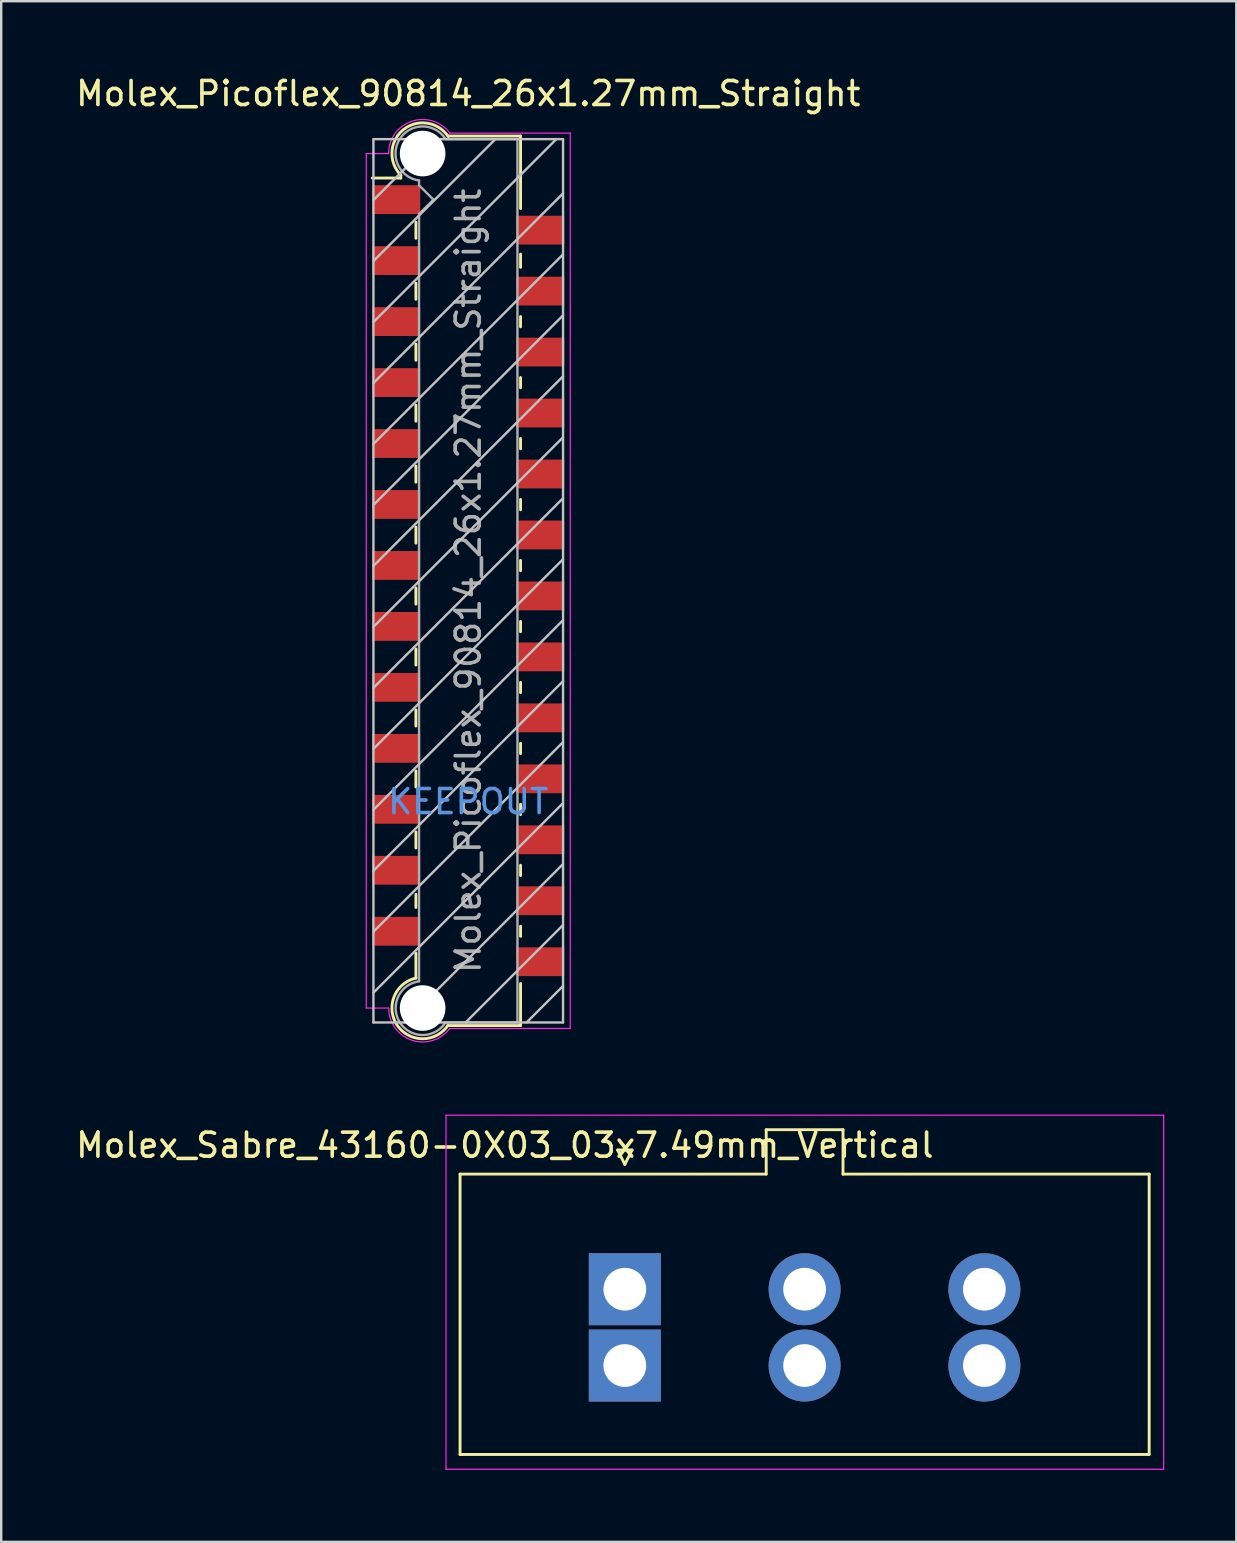
<source format=kicad_pcb>
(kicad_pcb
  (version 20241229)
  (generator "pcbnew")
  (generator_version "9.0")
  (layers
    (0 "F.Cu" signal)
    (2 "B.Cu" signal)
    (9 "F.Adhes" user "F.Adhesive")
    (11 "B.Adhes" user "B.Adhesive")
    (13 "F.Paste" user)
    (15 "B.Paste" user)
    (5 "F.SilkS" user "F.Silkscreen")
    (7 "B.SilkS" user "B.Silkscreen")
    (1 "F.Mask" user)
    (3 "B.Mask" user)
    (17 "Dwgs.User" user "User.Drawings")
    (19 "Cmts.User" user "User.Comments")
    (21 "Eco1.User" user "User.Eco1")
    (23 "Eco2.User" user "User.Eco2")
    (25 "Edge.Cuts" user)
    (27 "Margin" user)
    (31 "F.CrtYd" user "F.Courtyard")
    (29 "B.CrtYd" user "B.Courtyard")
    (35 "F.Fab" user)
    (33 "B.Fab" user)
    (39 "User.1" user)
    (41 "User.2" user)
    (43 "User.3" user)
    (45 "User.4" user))
  (footprint "Molex_Picoflex_90814_26x1.27mm_Straight"
    (layer "F.Cu")
    (at 16.458 21.148)
    (property "Reference" "Molex_Picoflex_90814_26x1.27mm_Straight" (at 0 -20.3 0) (layer "F.SilkS") (effects (font (size 1 1) (thickness 0.15))))
    (attr smd)
    (fp_line (start -2.81 -16.9) (end -2.81 -16.78) (stroke (width 0.12) (type solid)) (layer "F.SilkS"))
    (fp_line (start -2.81 -16.78) (end -4 -16.78) (stroke (width 0.12) (type solid)) (layer "F.SilkS"))
    (fp_line (start -2.18 -14.27) (end -2.18 -14.94) (stroke (width 0.12) (type solid)) (layer "F.SilkS"))
    (fp_line (start -2.18 -11.73) (end -2.18 -12.4) (stroke (width 0.12) (type solid)) (layer "F.SilkS"))
    (fp_line (start -2.18 -9.19) (end -2.18 -9.86) (stroke (width 0.12) (type solid)) (layer "F.SilkS"))
    (fp_line (start -2.18 -6.65) (end -2.18 -7.32) (stroke (width 0.12) (type solid)) (layer "F.SilkS"))
    (fp_line (start -2.18 -4.11) (end -2.18 -4.78) (stroke (width 0.12) (type solid)) (layer "F.SilkS"))
    (fp_line (start -2.18 -1.57) (end -2.18 -2.24) (stroke (width 0.12) (type solid)) (layer "F.SilkS"))
    (fp_line (start -2.18 0.97) (end -2.18 0.3) (stroke (width 0.12) (type solid)) (layer "F.SilkS"))
    (fp_line (start -2.18 3.51) (end -2.18 2.84) (stroke (width 0.12) (type solid)) (layer "F.SilkS"))
    (fp_line (start -2.18 6.05) (end -2.18 5.38) (stroke (width 0.12) (type solid)) (layer "F.SilkS"))
    (fp_line (start -2.18 8.59) (end -2.18 7.92) (stroke (width 0.12) (type solid)) (layer "F.SilkS"))
    (fp_line (start -2.18 11.13) (end -2.18 10.46) (stroke (width 0.12) (type solid)) (layer "F.SilkS"))
    (fp_line (start -2.18 13.61) (end -2.18 13.06) (stroke (width 0.12) (type solid)) (layer "F.SilkS"))
    (fp_line (start -2.18 16.55) (end -2.18 15.51) (stroke (width 0.12) (type solid)) (layer "F.SilkS"))
    (fp_line (start 2.18 -18.53) (end -0.82 -18.53) (stroke (width 0.12) (type solid)) (layer "F.SilkS"))
    (fp_line (start 2.18 -18.53) (end 2.18 -15.51) (stroke (width 0.12) (type solid)) (layer "F.SilkS"))
    (fp_line (start 2.18 -13.61) (end 2.18 -13.06) (stroke (width 0.12) (type solid)) (layer "F.SilkS"))
    (fp_line (start 2.18 -11.01) (end 2.18 -10.58) (stroke (width 0.12) (type solid)) (layer "F.SilkS"))
    (fp_line (start 2.18 -8.47) (end 2.18 -8.04) (stroke (width 0.12) (type solid)) (layer "F.SilkS"))
    (fp_line (start 2.18 -5.93) (end 2.18 -5.5) (stroke (width 0.12) (type solid)) (layer "F.SilkS"))
    (fp_line (start 2.18 -3.39) (end 2.18 -2.96) (stroke (width 0.12) (type solid)) (layer "F.SilkS"))
    (fp_line (start 2.18 -0.85) (end 2.18 -0.42) (stroke (width 0.12) (type solid)) (layer "F.SilkS"))
    (fp_line (start 2.18 1.69) (end 2.18 2.12) (stroke (width 0.12) (type solid)) (layer "F.SilkS"))
    (fp_line (start 2.18 4.23) (end 2.18 4.66) (stroke (width 0.12) (type solid)) (layer "F.SilkS"))
    (fp_line (start 2.18 6.77) (end 2.18 7.2) (stroke (width 0.12) (type solid)) (layer "F.SilkS"))
    (fp_line (start 2.18 9.31) (end 2.18 9.74) (stroke (width 0.12) (type solid)) (layer "F.SilkS"))
    (fp_line (start 2.18 11.85) (end 2.18 12.28) (stroke (width 0.12) (type solid)) (layer "F.SilkS"))
    (fp_line (start 2.18 14.39) (end 2.18 14.81) (stroke (width 0.12) (type solid)) (layer "F.SilkS"))
    (fp_line (start 2.18 16.78) (end 2.18 18.53) (stroke (width 0.12) (type solid)) (layer "F.SilkS"))
    (fp_line (start 2.18 18.53) (end -0.85 18.53) (stroke (width 0.12) (type solid)) (layer "F.SilkS"))
    (fp_arc (start -2.81 -16.9) (mid -2.708637 -18.792072) (end -0.834991 -18.509828) (stroke (width 0.12) (type solid)) (layer "F.SilkS"))
    (fp_arc (start -0.85 18.53) (mid -2.962791 18.511248) (end -2.174424 16.550964) (stroke (width 0.12) (type solid)) (layer "F.SilkS"))
    (fp_line (start -3.95 -18.4) (end -3.95 18.4) (stroke (width 0.1) (type solid)) (layer "Dwgs.User"))
    (fp_line (start -3.95 -15.86) (end -1.41 -18.4) (stroke (width 0.1) (type solid)) (layer "Dwgs.User"))
    (fp_line (start -3.95 -13.32) (end 1.13 -18.4) (stroke (width 0.1) (type solid)) (layer "Dwgs.User"))
    (fp_line (start -3.95 -10.78) (end 3.67 -18.4) (stroke (width 0.1) (type solid)) (layer "Dwgs.User"))
    (fp_line (start -3.95 -8.24) (end 3.95 -16.14) (stroke (width 0.1) (type solid)) (layer "Dwgs.User"))
    (fp_line (start -3.95 -5.7) (end 3.95 -13.6) (stroke (width 0.1) (type solid)) (layer "Dwgs.User"))
    (fp_line (start -3.95 -3.16) (end 3.95 -11.06) (stroke (width 0.1) (type solid)) (layer "Dwgs.User"))
    (fp_line (start -3.95 -0.62) (end 3.95 -8.52) (stroke (width 0.1) (type solid)) (layer "Dwgs.User"))
    (fp_line (start -3.95 1.92) (end 3.95 -5.98) (stroke (width 0.1) (type solid)) (layer "Dwgs.User"))
    (fp_line (start -3.95 4.46) (end 3.95 -3.44) (stroke (width 0.1) (type solid)) (layer "Dwgs.User"))
    (fp_line (start -3.95 7) (end 3.95 -0.9) (stroke (width 0.1) (type solid)) (layer "Dwgs.User"))
    (fp_line (start -3.95 9.54) (end 3.95 1.64) (stroke (width 0.1) (type solid)) (layer "Dwgs.User"))
    (fp_line (start -3.95 12.08) (end 3.95 4.18) (stroke (width 0.1) (type solid)) (layer "Dwgs.User"))
    (fp_line (start -3.95 14.62) (end 3.95 6.72) (stroke (width 0.1) (type solid)) (layer "Dwgs.User"))
    (fp_line (start -3.95 17.16) (end 3.95 9.26) (stroke (width 0.1) (type solid)) (layer "Dwgs.User"))
    (fp_line (start -3.95 18.4) (end 3.95 18.4) (stroke (width 0.1) (type solid)) (layer "Dwgs.User"))
    (fp_line (start -2.65 18.4) (end 3.95 11.8) (stroke (width 0.1) (type solid)) (layer "Dwgs.User"))
    (fp_line (start -0.11 18.4) (end 3.95 14.34) (stroke (width 0.1) (type solid)) (layer "Dwgs.User"))
    (fp_line (start 2.43 18.4) (end 3.95 16.88) (stroke (width 0.1) (type solid)) (layer "Dwgs.User"))
    (fp_line (start 3.95 -18.4) (end -3.95 -18.4) (stroke (width 0.1) (type solid)) (layer "Dwgs.User"))
    (fp_line (start 3.95 18.4) (end 3.95 -18.4) (stroke (width 0.1) (type solid)) (layer "Dwgs.User"))
    (fp_line (start -4.25 17.8) (end -4.25 -17.8) (stroke (width 0.05) (type solid)) (layer "F.CrtYd"))
    (fp_line (start -3.32 -17.8) (end -4.25 -17.8) (stroke (width 0.05) (type solid)) (layer "F.CrtYd"))
    (fp_line (start -3.32 17.8) (end -4.25 17.8) (stroke (width 0.05) (type solid)) (layer "F.CrtYd"))
    (fp_line (start 4.25 -18.65) (end -0.76 -18.65) (stroke (width 0.05) (type solid)) (layer "F.CrtYd"))
    (fp_line (start 4.25 -18.65) (end 4.25 18.65) (stroke (width 0.05) (type solid)) (layer "F.CrtYd"))
    (fp_line (start 4.25 18.65) (end -0.77 18.65) (stroke (width 0.05) (type solid)) (layer "F.CrtYd"))
    (fp_arc (start -3.32 -17.8) (mid -2.344692 -19.148573) (end -0.758523 -18.644648) (stroke (width 0.05) (type solid)) (layer "F.CrtYd"))
    (fp_arc (start -0.77 18.65) (mid -2.348691 19.140924) (end -3.314001 17.798743) (stroke (width 0.05) (type solid)) (layer "F.CrtYd"))
    (fp_line (start -2.05 -16.48) (end -2.05 -16.68) (stroke (width 0.1) (type solid)) (layer "F.Fab"))
    (fp_line (start -2.05 -15.28) (end -1.45 -15.88) (stroke (width 0.1) (type solid)) (layer "F.Fab"))
    (fp_line (start -2.05 16.68) (end -2.05 -15.28) (stroke (width 0.1) (type solid)) (layer "F.Fab"))
    (fp_line (start -1.45 -15.88) (end -2.05 -16.48) (stroke (width 0.1) (type solid)) (layer "F.Fab"))
    (fp_line (start 2.05 -18.4) (end -0.93 -18.4) (stroke (width 0.1) (type solid)) (layer "F.Fab"))
    (fp_line (start 2.05 -18.4) (end 2.05 18.4) (stroke (width 0.1) (type solid)) (layer "F.Fab"))
    (fp_line (start 2.05 18.4) (end -0.95 18.4) (stroke (width 0.1) (type solid)) (layer "F.Fab"))
    (fp_arc (start -2.05 -16.68) (mid -2.851672 -18.409279) (end -0.945612 -18.405015) (stroke (width 0.1) (type solid)) (layer "F.Fab"))
    (fp_arc (start -0.95 18.4) (mid -2.845272 18.407422) (end -2.051022 16.686585) (stroke (width 0.1) (type solid)) (layer "F.Fab"))
    (fp_text user "KEEPOUT" (at 0 9.2 0) (layer "Cmts.User") (effects (font (size 1 1) (thickness 0.15))))
    (fp_text user "${REFERENCE}" (at 0 0 90) (layer "F.Fab") (effects (font (size 1 1) (thickness 0.15))))
    (pad "" np_thru_hole circle (at -1.9 -17.8) (size 1.9 1.9) (drill 1.9) (layers "*.Cu"))
    (pad "" np_thru_hole circle (at -1.9 17.8) (size 1.9 1.9) (drill 1.9) (layers "*.Cu"))
    (pad "1" smd rect (at -3 -15.88) (size 2 1.2) (layers "F.Cu" "F.Mask" "F.Paste"))
    (pad "2" smd rect (at 3 -14.61) (size 2 1.2) (layers "F.Cu" "F.Mask" "F.Paste"))
    (pad "3" smd rect (at -3 -13.34) (size 2 1.2) (layers "F.Cu" "F.Mask" "F.Paste"))
    (pad "4" smd rect (at 3 -12.07) (size 2 1.2) (layers "F.Cu" "F.Mask" "F.Paste"))
    (pad "5" smd rect (at -3 -10.8) (size 2 1.2) (layers "F.Cu" "F.Mask" "F.Paste"))
    (pad "6" smd rect (at 3 -9.53) (size 2 1.2) (layers "F.Cu" "F.Mask" "F.Paste"))
    (pad "7" smd rect (at -3 -8.26) (size 2 1.2) (layers "F.Cu" "F.Mask" "F.Paste"))
    (pad "8" smd rect (at 3 -6.99) (size 2 1.2) (layers "F.Cu" "F.Mask" "F.Paste"))
    (pad "9" smd rect (at -3 -5.72) (size 2 1.2) (layers "F.Cu" "F.Mask" "F.Paste"))
    (pad "10" smd rect (at 3 -4.45) (size 2 1.2) (layers "F.Cu" "F.Mask" "F.Paste"))
    (pad "11" smd rect (at -3 -3.18) (size 2 1.2) (layers "F.Cu" "F.Mask" "F.Paste"))
    (pad "12" smd rect (at 3 -1.91) (size 2 1.2) (layers "F.Cu" "F.Mask" "F.Paste"))
    (pad "13" smd rect (at -3 -0.64) (size 2 1.2) (layers "F.Cu" "F.Mask" "F.Paste"))
    (pad "14" smd rect (at 3 0.63) (size 2 1.2) (layers "F.Cu" "F.Mask" "F.Paste"))
    (pad "15" smd rect (at -3 1.9) (size 2 1.2) (layers "F.Cu" "F.Mask" "F.Paste"))
    (pad "16" smd rect (at 3 3.17) (size 2 1.2) (layers "F.Cu" "F.Mask" "F.Paste"))
    (pad "17" smd rect (at -3 4.44) (size 2 1.2) (layers "F.Cu" "F.Mask" "F.Paste"))
    (pad "18" smd rect (at 3 5.71) (size 2 1.2) (layers "F.Cu" "F.Mask" "F.Paste"))
    (pad "19" smd rect (at -3 6.98) (size 2 1.2) (layers "F.Cu" "F.Mask" "F.Paste"))
    (pad "20" smd rect (at 3 8.25) (size 2 1.2) (layers "F.Cu" "F.Mask" "F.Paste"))
    (pad "21" smd rect (at -3 9.52) (size 2 1.2) (layers "F.Cu" "F.Mask" "F.Paste"))
    (pad "22" smd rect (at 3 10.79) (size 2 1.2) (layers "F.Cu" "F.Mask" "F.Paste"))
    (pad "23" smd rect (at -3 12.06) (size 2 1.2) (layers "F.Cu" "F.Mask" "F.Paste"))
    (pad "24" smd rect (at 3 13.33) (size 2 1.2) (layers "F.Cu" "F.Mask" "F.Paste"))
    (pad "25" smd rect (at -3 14.6) (size 2 1.2) (layers "F.Cu" "F.Mask" "F.Paste"))
    (pad "26" smd rect (at 3 15.87) (size 2 1.2) (layers "F.Cu" "F.Mask" "F.Paste")))
  (footprint "Molex_Sabre_43160-0X03_03x7.49mm_Vertical"
    (layer "F.Cu")
    (at 22.982 50.662)
    (property "Reference" "Molex_Sabre_43160-0X03_03x7.49mm_Vertical" (at -5 -6 0) (layer "F.SilkS") (effects (font (size 1 1) (thickness 0.15))))
    (attr through_hole)
    (fp_line (start -6.865 -4.795) (end 5.89 -4.795) (stroke (width 0.12) (type solid)) (layer "F.SilkS"))
    (fp_line (start -6.865 6.885) (end -6.865 -4.795) (stroke (width 0.12) (type solid)) (layer "F.SilkS"))
    (fp_line (start -0.3 -5.8) (end 0 -5.2) (stroke (width 0.12) (type solid)) (layer "F.SilkS"))
    (fp_line (start 0 -5.2) (end 0.3 -5.8) (stroke (width 0.12) (type solid)) (layer "F.SilkS"))
    (fp_line (start 0.3 -5.8) (end -0.3 -5.8) (stroke (width 0.12) (type solid)) (layer "F.SilkS"))
    (fp_line (start 5.89 -6.645) (end 9.09 -6.645) (stroke (width 0.12) (type solid)) (layer "F.SilkS"))
    (fp_line (start 5.89 -4.795) (end 5.89 -6.645) (stroke (width 0.12) (type solid)) (layer "F.SilkS"))
    (fp_line (start 9.09 -6.645) (end 9.09 -4.795) (stroke (width 0.12) (type solid)) (layer "F.SilkS"))
    (fp_line (start 9.09 -4.795) (end 21.845 -4.795) (stroke (width 0.12) (type solid)) (layer "F.SilkS"))
    (fp_line (start 21.845 -4.795) (end 21.845 6.885) (stroke (width 0.12) (type solid)) (layer "F.SilkS"))
    (fp_line (start 21.845 6.885) (end -6.865 6.885) (stroke (width 0.12) (type solid)) (layer "F.SilkS"))
    (fp_line (start -7.45 -7.25) (end -7.45 7.5) (stroke (width 0.05) (type solid)) (layer "F.CrtYd"))
    (fp_line (start -7.45 7.5) (end 22.45 7.5) (stroke (width 0.05) (type solid)) (layer "F.CrtYd"))
    (fp_line (start 22.45 -7.25) (end -7.45 -7.25) (stroke (width 0.05) (type solid)) (layer "F.CrtYd"))
    (fp_line (start 22.45 7.5) (end 22.45 -7.25) (stroke (width 0.05) (type solid)) (layer "F.CrtYd"))
    (pad "1" thru_hole rect (at 0 0) (size 3 3) (drill 1.78) (layers "*.Cu" "*.Mask"))
    (pad "1" thru_hole rect (at 0 3.18) (size 3 3) (drill 1.78) (layers "*.Cu" "*.Mask"))
    (pad "2" thru_hole circle (at 7.49 0) (size 3 3) (drill 1.78) (layers "*.Cu" "*.Mask"))
    (pad "2" thru_hole circle (at 7.49 3.18) (size 3 3) (drill 1.78) (layers "*.Cu" "*.Mask"))
    (pad "3" thru_hole circle (at 14.98 0) (size 3 3) (drill 1.78) (layers "*.Cu" "*.Mask"))
    (pad "3" thru_hole circle (at 14.98 3.18) (size 3 3) (drill 1.78) (layers "*.Cu" "*.Mask")))
  (gr_rect
    (start -3 -3)
    (end 48.457 61.187)
    (stroke (width 0.1) (type default))
    (fill no)
    (layer "Edge.Cuts")))
</source>
